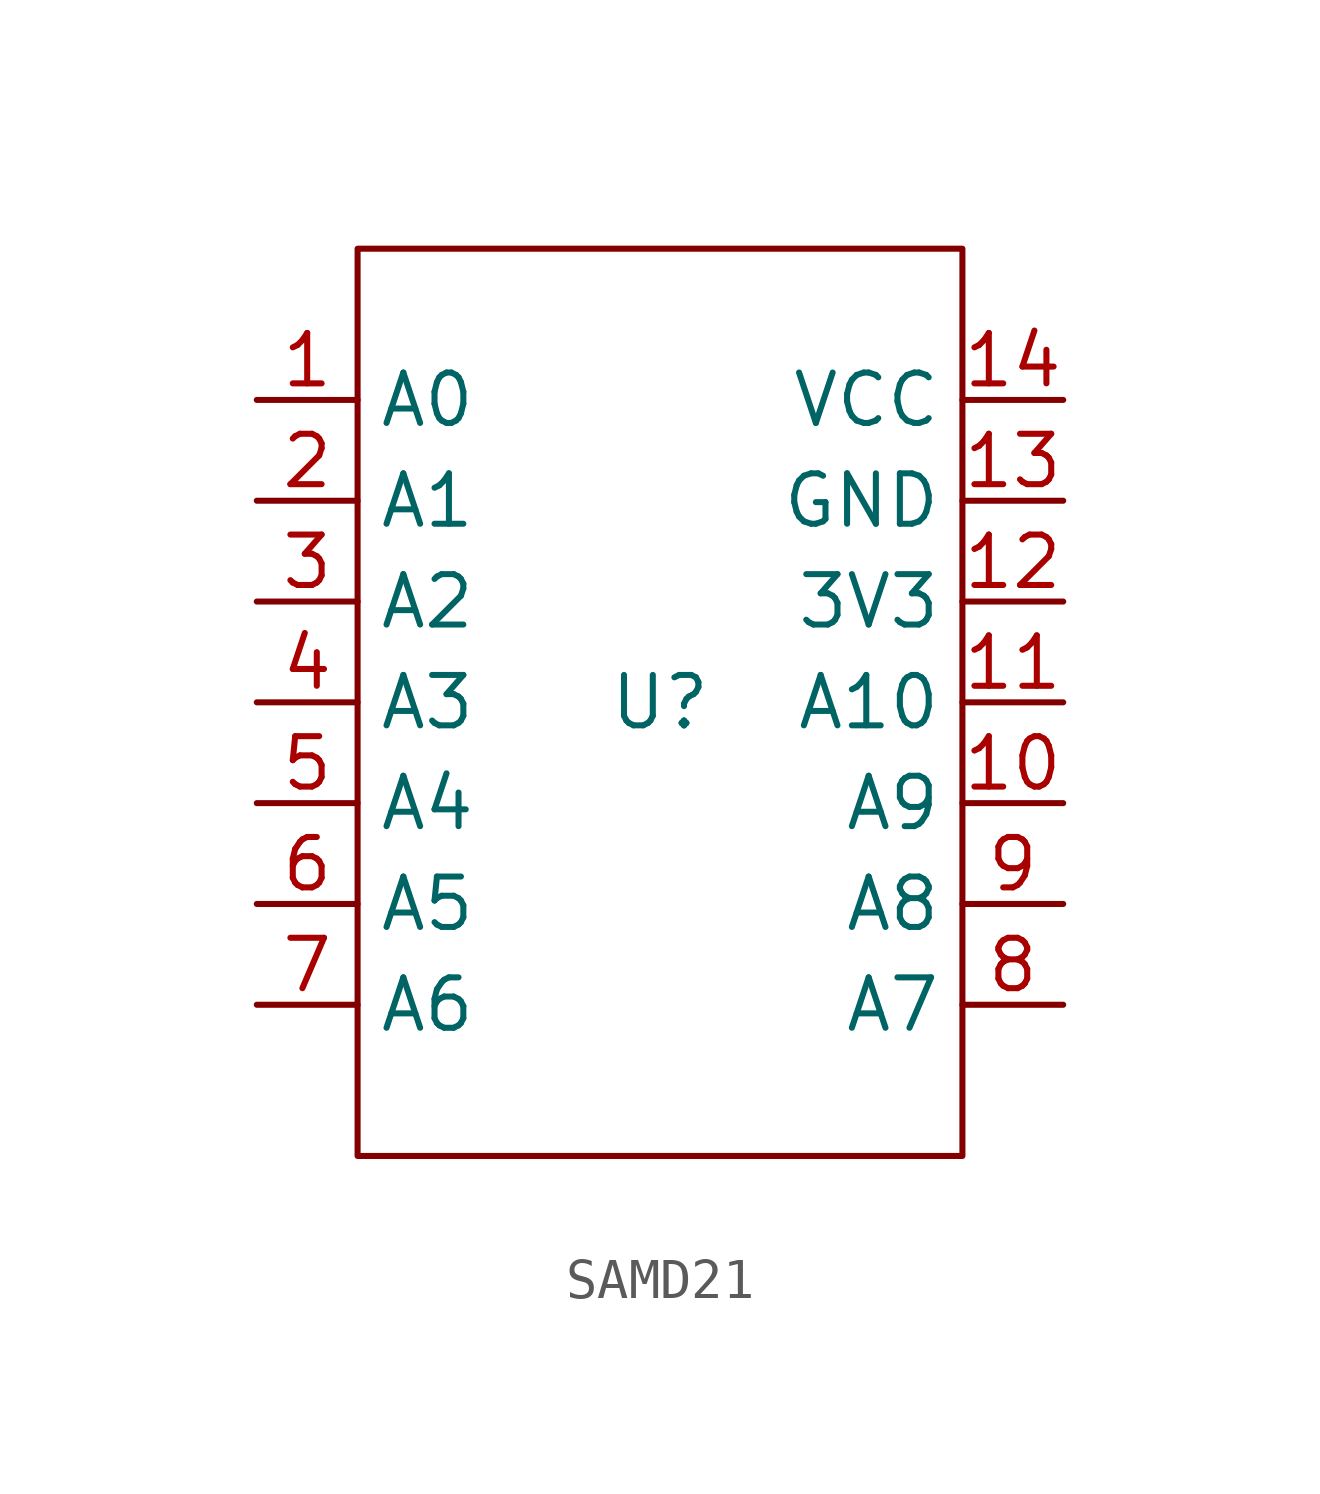
<source format=kicad_sym>
(kicad_symbol_lib
  (version 20220914)
  (generator kicad_symbol_editor)
  (symbol "SAMD21"
    (property "Reference" "U"
      (at 0 0 0)
      (effects (font (size 1.27 1.27))))
    (property "Value" ""
      (at 0 0 0)
      (effects (font (size 1.27 1.27))))
    (symbol "SAMD21_0_1"
      (rectangle (start -7.62 11.43) (end 7.62 -11.43) (stroke (width 0) (type default)) (fill (type none))))
    (symbol "SAMD21_1_1"
      (pin passive line (at -10.16 7.62 0) (length 2.54) (name "A0" (effects (font (size 1.27 1.27)))) (number "1" (effects (font (size 1.27 1.27)))))
      (pin passive line (at 10.16 -2.54 180) (length 2.54) (name "A9" (effects (font (size 1.27 1.27)))) (number "10" (effects (font (size 1.27 1.27)))))
      (pin passive line (at 10.16 0 180) (length 2.54) (name "A10" (effects (font (size 1.27 1.27)))) (number "11" (effects (font (size 1.27 1.27)))))
      (pin power_out line (at 10.16 2.54 180) (length 2.54) (name "3V3" (effects (font (size 1.27 1.27)))) (number "12" (effects (font (size 1.27 1.27)))))
      (pin power_in line (at 10.16 5.08 180) (length 2.54) (name "GND" (effects (font (size 1.27 1.27)))) (number "13" (effects (font (size 1.27 1.27)))))
      (pin power_in line (at 10.16 7.62 180) (length 2.54) (name "VCC" (effects (font (size 1.27 1.27)))) (number "14" (effects (font (size 1.27 1.27)))))
      (pin passive line (at -10.16 5.08 0) (length 2.54) (name "A1" (effects (font (size 1.27 1.27)))) (number "2" (effects (font (size 1.27 1.27)))))
      (pin passive line (at -10.16 2.54 0) (length 2.54) (name "A2" (effects (font (size 1.27 1.27)))) (number "3" (effects (font (size 1.27 1.27)))))
      (pin passive line (at -10.16 0 0) (length 2.54) (name "A3" (effects (font (size 1.27 1.27)))) (number "4" (effects (font (size 1.27 1.27)))))
      (pin passive line (at -10.16 -2.54 0) (length 2.54) (name "A4" (effects (font (size 1.27 1.27)))) (number "5" (effects (font (size 1.27 1.27)))))
      (pin passive line (at -10.16 -5.08 0) (length 2.54) (name "A5" (effects (font (size 1.27 1.27)))) (number "6" (effects (font (size 1.27 1.27)))))
      (pin passive line (at -10.16 -7.62 0) (length 2.54) (name "A6" (effects (font (size 1.27 1.27)))) (number "7" (effects (font (size 1.27 1.27)))))
      (pin passive line (at 10.16 -7.62 180) (length 2.54) (name "A7" (effects (font (size 1.27 1.27)))) (number "8" (effects (font (size 1.27 1.27)))))
      (pin passive line (at 10.16 -5.08 180) (length 2.54) (name "A8" (effects (font (size 1.27 1.27)))) (number "9" (effects (font (size 1.27 1.27))))))))
</source>
